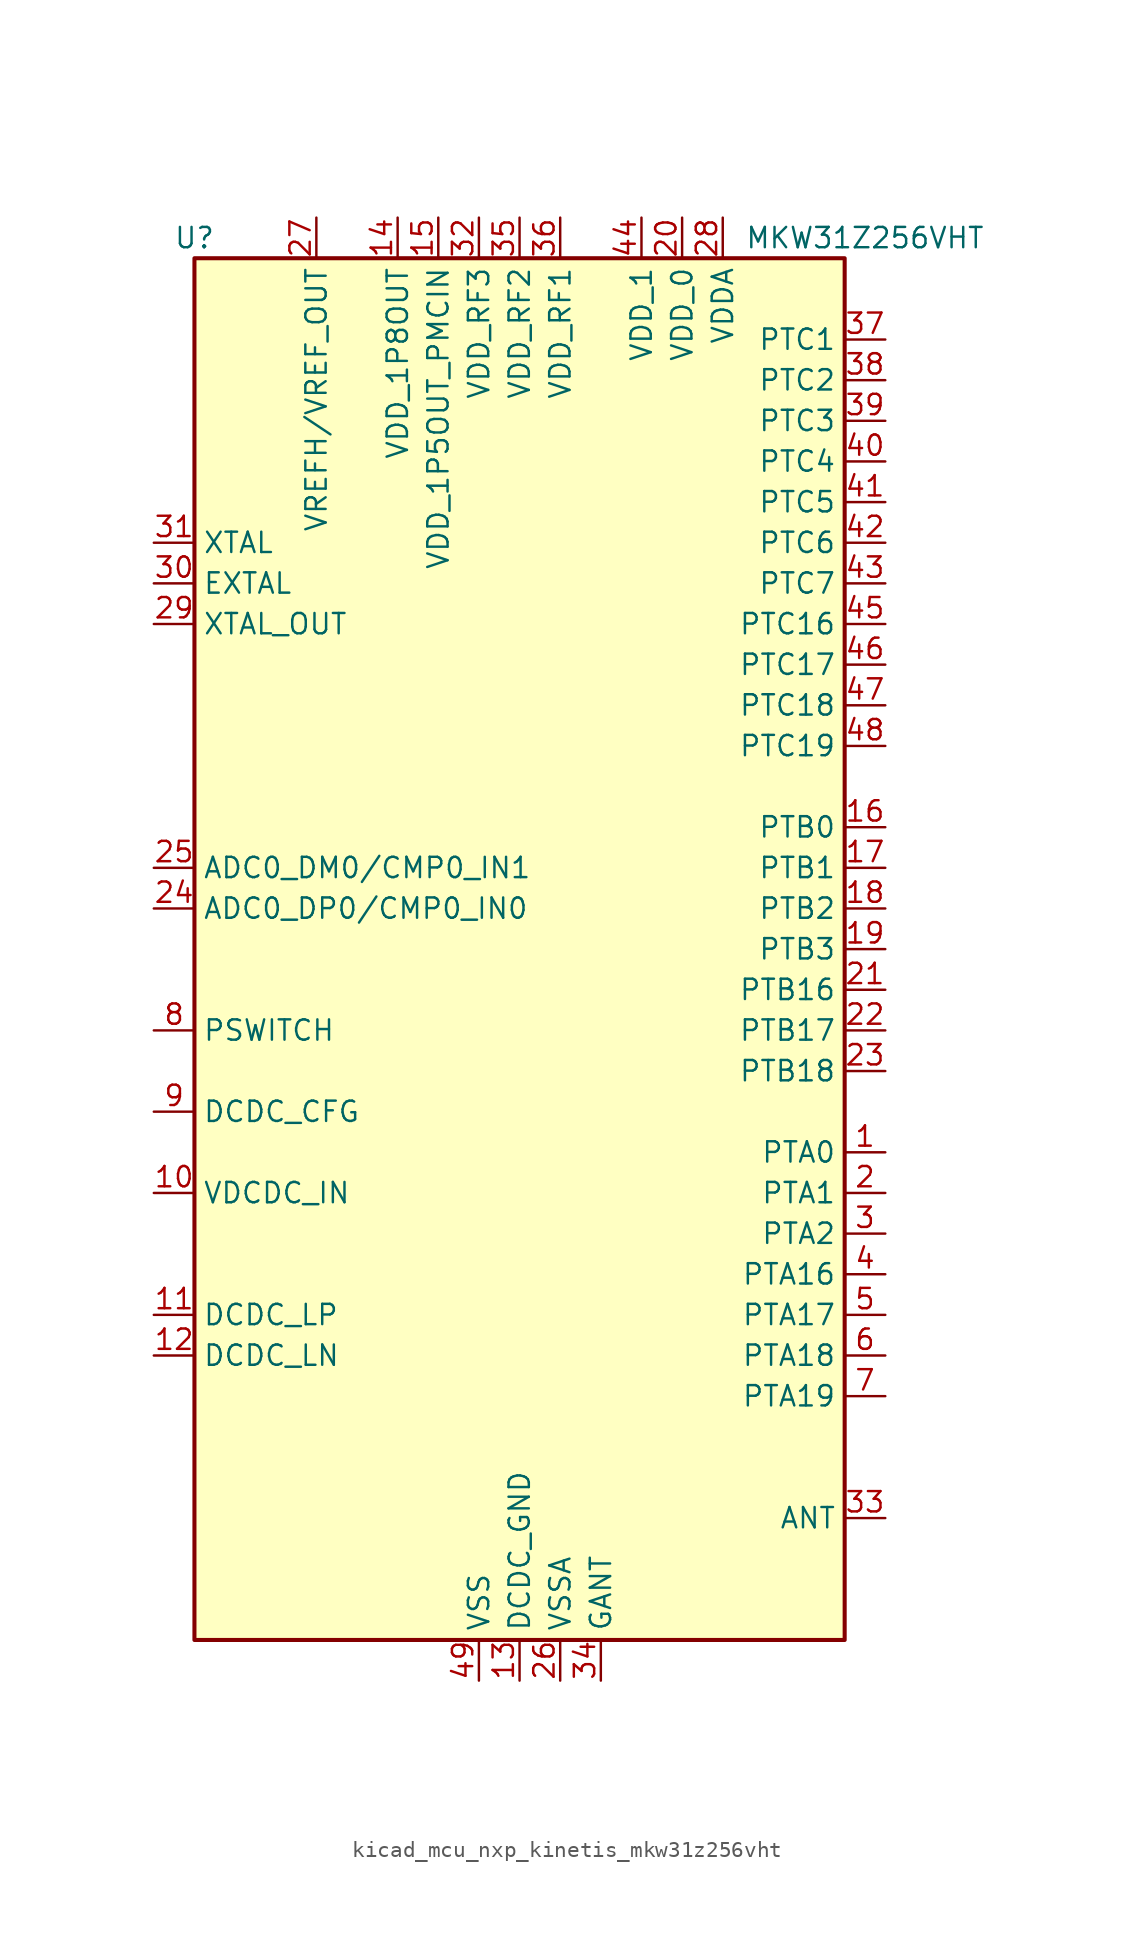
<source format=kicad_sym>
(kicad_symbol_lib
  (version 20220914)
  (generator kicad_symbol_editor)
  (symbol "kicad_mcu_nxp_kinetis_mkw31z256vht"
    (property "Reference" "U"
      (at -20.32 44.45 0)
      (effects (font (size 1.27 1.27))))
    (property "Value" "MKW31Z256VHT"
      (at 21.59 44.45 0)
      (effects (font (size 1.27 1.27))))
    (symbol "kicad_mcu_nxp_kinetis_mkw31z256vht_0_0"
      (pin bidirectional line (at 22.86 -12.7 180) (length 2.54) (name "PTA0" (effects (font (size 1.27 1.27)))) (number "1" (effects (font (size 1.27 1.27)))))
      (pin power_in line (at -22.86 -15.24 0) (length 2.54) (name "VDCDC_IN" (effects (font (size 1.27 1.27)))) (number "10" (effects (font (size 1.27 1.27)))))
      (pin passive line (at -22.86 -22.86 0) (length 2.54) (name "DCDC_LP" (effects (font (size 1.27 1.27)))) (number "11" (effects (font (size 1.27 1.27)))))
      (pin passive line (at -22.86 -25.4 0) (length 2.54) (name "DCDC_LN" (effects (font (size 1.27 1.27)))) (number "12" (effects (font (size 1.27 1.27)))))
      (pin power_in line (at 0 -45.72 90) (length 2.54) (name "DCDC_GND" (effects (font (size 1.27 1.27)))) (number "13" (effects (font (size 1.27 1.27)))))
      (pin power_out line (at -7.62 45.72 270) (length 2.54) (name "VDD_1P8OUT" (effects (font (size 1.27 1.27)))) (number "14" (effects (font (size 1.27 1.27)))))
      (pin power_out line (at -5.08 45.72 270) (length 2.54) (name "VDD_1P5OUT_PMCIN" (effects (font (size 1.27 1.27)))) (number "15" (effects (font (size 1.27 1.27)))))
      (pin bidirectional line (at 22.86 7.62 180) (length 2.54) (name "PTB0" (effects (font (size 1.27 1.27)))) (number "16" (effects (font (size 1.27 1.27)))))
      (pin bidirectional line (at 22.86 5.08 180) (length 2.54) (name "PTB1" (effects (font (size 1.27 1.27)))) (number "17" (effects (font (size 1.27 1.27)))))
      (pin bidirectional line (at 22.86 2.54 180) (length 2.54) (name "PTB2" (effects (font (size 1.27 1.27)))) (number "18" (effects (font (size 1.27 1.27)))))
      (pin bidirectional line (at 22.86 0 180) (length 2.54) (name "PTB3" (effects (font (size 1.27 1.27)))) (number "19" (effects (font (size 1.27 1.27)))))
      (pin bidirectional line (at 22.86 -15.24 180) (length 2.54) (name "PTA1" (effects (font (size 1.27 1.27)))) (number "2" (effects (font (size 1.27 1.27)))))
      (pin power_in line (at 10.16 45.72 270) (length 2.54) (name "VDD_0" (effects (font (size 1.27 1.27)))) (number "20" (effects (font (size 1.27 1.27)))))
      (pin bidirectional line (at 22.86 -2.54 180) (length 2.54) (name "PTB16" (effects (font (size 1.27 1.27)))) (number "21" (effects (font (size 1.27 1.27)))))
      (pin bidirectional line (at 22.86 -5.08 180) (length 2.54) (name "PTB17" (effects (font (size 1.27 1.27)))) (number "22" (effects (font (size 1.27 1.27)))))
      (pin bidirectional line (at 22.86 -7.62 180) (length 2.54) (name "PTB18" (effects (font (size 1.27 1.27)))) (number "23" (effects (font (size 1.27 1.27)))))
      (pin input line (at -22.86 2.54 0) (length 2.54) (name "ADC0_DP0/CMP0_IN0" (effects (font (size 1.27 1.27)))) (number "24" (effects (font (size 1.27 1.27)))))
      (pin input line (at -22.86 5.08 0) (length 2.54) (name "ADC0_DM0/CMP0_IN1" (effects (font (size 1.27 1.27)))) (number "25" (effects (font (size 1.27 1.27)))))
      (pin power_in line (at 2.54 -45.72 90) (length 2.54) (name "VSSA" (effects (font (size 1.27 1.27)))) (number "26" (effects (font (size 1.27 1.27)))))
      (pin bidirectional line (at -12.7 45.72 270) (length 2.54) (name "VREFH/VREF_OUT" (effects (font (size 1.27 1.27)))) (number "27" (effects (font (size 1.27 1.27)))))
      (pin power_in line (at 12.7 45.72 270) (length 2.54) (name "VDDA" (effects (font (size 1.27 1.27)))) (number "28" (effects (font (size 1.27 1.27)))))
      (pin output line (at -22.86 20.32 0) (length 2.54) (name "XTAL_OUT" (effects (font (size 1.27 1.27)))) (number "29" (effects (font (size 1.27 1.27)))))
      (pin bidirectional line (at 22.86 -17.78 180) (length 2.54) (name "PTA2" (effects (font (size 1.27 1.27)))) (number "3" (effects (font (size 1.27 1.27)))))
      (pin input line (at -22.86 22.86 0) (length 2.54) (name "EXTAL" (effects (font (size 1.27 1.27)))) (number "30" (effects (font (size 1.27 1.27)))))
      (pin input line (at -22.86 25.4 0) (length 2.54) (name "XTAL" (effects (font (size 1.27 1.27)))) (number "31" (effects (font (size 1.27 1.27)))))
      (pin power_in line (at -2.54 45.72 270) (length 2.54) (name "VDD_RF3" (effects (font (size 1.27 1.27)))) (number "32" (effects (font (size 1.27 1.27)))))
      (pin passive line (at 22.86 -35.56 180) (length 2.54) (name "ANT" (effects (font (size 1.27 1.27)))) (number "33" (effects (font (size 1.27 1.27)))))
      (pin power_in line (at 5.08 -45.72 90) (length 2.54) (name "GANT" (effects (font (size 1.27 1.27)))) (number "34" (effects (font (size 1.27 1.27)))))
      (pin power_in line (at 0 45.72 270) (length 2.54) (name "VDD_RF2" (effects (font (size 1.27 1.27)))) (number "35" (effects (font (size 1.27 1.27)))))
      (pin power_in line (at 2.54 45.72 270) (length 2.54) (name "VDD_RF1" (effects (font (size 1.27 1.27)))) (number "36" (effects (font (size 1.27 1.27)))))
      (pin bidirectional line (at 22.86 38.1 180) (length 2.54) (name "PTC1" (effects (font (size 1.27 1.27)))) (number "37" (effects (font (size 1.27 1.27)))))
      (pin bidirectional line (at 22.86 35.56 180) (length 2.54) (name "PTC2" (effects (font (size 1.27 1.27)))) (number "38" (effects (font (size 1.27 1.27)))))
      (pin bidirectional line (at 22.86 33.02 180) (length 2.54) (name "PTC3" (effects (font (size 1.27 1.27)))) (number "39" (effects (font (size 1.27 1.27)))))
      (pin bidirectional line (at 22.86 -20.32 180) (length 2.54) (name "PTA16" (effects (font (size 1.27 1.27)))) (number "4" (effects (font (size 1.27 1.27)))))
      (pin bidirectional line (at 22.86 30.48 180) (length 2.54) (name "PTC4" (effects (font (size 1.27 1.27)))) (number "40" (effects (font (size 1.27 1.27)))))
      (pin bidirectional line (at 22.86 27.94 180) (length 2.54) (name "PTC5" (effects (font (size 1.27 1.27)))) (number "41" (effects (font (size 1.27 1.27)))))
      (pin bidirectional line (at 22.86 25.4 180) (length 2.54) (name "PTC6" (effects (font (size 1.27 1.27)))) (number "42" (effects (font (size 1.27 1.27)))))
      (pin bidirectional line (at 22.86 22.86 180) (length 2.54) (name "PTC7" (effects (font (size 1.27 1.27)))) (number "43" (effects (font (size 1.27 1.27)))))
      (pin power_in line (at 7.62 45.72 270) (length 2.54) (name "VDD_1" (effects (font (size 1.27 1.27)))) (number "44" (effects (font (size 1.27 1.27)))))
      (pin bidirectional line (at 22.86 20.32 180) (length 2.54) (name "PTC16" (effects (font (size 1.27 1.27)))) (number "45" (effects (font (size 1.27 1.27)))))
      (pin bidirectional line (at 22.86 17.78 180) (length 2.54) (name "PTC17" (effects (font (size 1.27 1.27)))) (number "46" (effects (font (size 1.27 1.27)))))
      (pin bidirectional line (at 22.86 15.24 180) (length 2.54) (name "PTC18" (effects (font (size 1.27 1.27)))) (number "47" (effects (font (size 1.27 1.27)))))
      (pin bidirectional line (at 22.86 12.7 180) (length 2.54) (name "PTC19" (effects (font (size 1.27 1.27)))) (number "48" (effects (font (size 1.27 1.27)))))
      (pin power_in line (at -2.54 -45.72 90) (length 2.54) (name "VSS" (effects (font (size 1.27 1.27)))) (number "49" (effects (font (size 1.27 1.27)))))
      (pin bidirectional line (at 22.86 -22.86 180) (length 2.54) (name "PTA17" (effects (font (size 1.27 1.27)))) (number "5" (effects (font (size 1.27 1.27)))))
      (pin bidirectional line (at 22.86 -25.4 180) (length 2.54) (name "PTA18" (effects (font (size 1.27 1.27)))) (number "6" (effects (font (size 1.27 1.27)))))
      (pin bidirectional line (at 22.86 -27.94 180) (length 2.54) (name "PTA19" (effects (font (size 1.27 1.27)))) (number "7" (effects (font (size 1.27 1.27)))))
      (pin input line (at -22.86 -5.08 0) (length 2.54) (name "PSWITCH" (effects (font (size 1.27 1.27)))) (number "8" (effects (font (size 1.27 1.27)))))
      (pin input line (at -22.86 -10.16 0) (length 2.54) (name "DCDC_CFG" (effects (font (size 1.27 1.27)))) (number "9" (effects (font (size 1.27 1.27))))))
    (symbol "kicad_mcu_nxp_kinetis_mkw31z256vht_0_1"
      (rectangle (start -20.32 -43.18) (end 20.32 43.18) (stroke (width 0.254) (type default)) (fill (type background))))))
</source>
